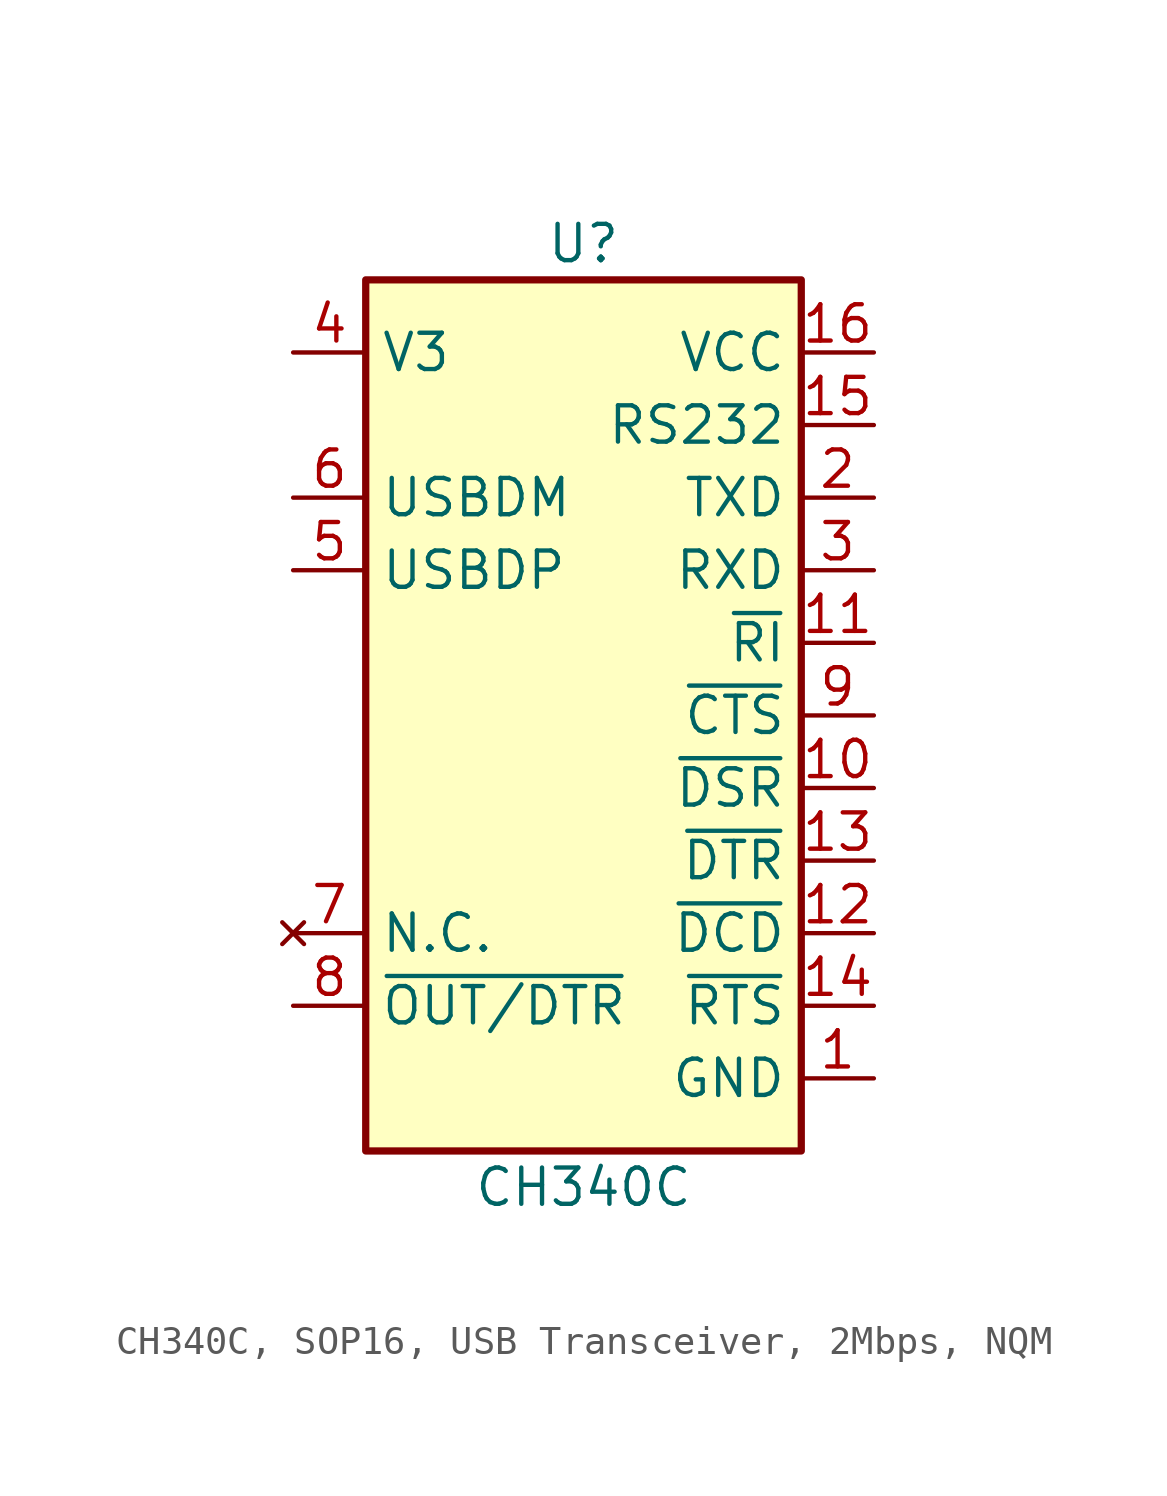
<source format=kicad_sym>
(kicad_symbol_lib
  (version 20241209)
  (generator "kicad_symbol_editor")
  (generator_version "9.0")
  (symbol "CH340C, SOP16, USB Transceiver, 2Mbps, NQM"
    (property "Reference" "U"
      (at 0 16.51 0)
      (effects (font (size 1.27 1.27))))
    (property "Value" "CH340C"
      (at 0 -16.51 0)
      (effects (font (size 1.27 1.27))))
    (symbol "CH340C, SOP16, USB Transceiver, 2Mbps, NQM_0_1"
      (rectangle (start -7.62 15.24) (end 7.62 -15.24) (stroke (width 0.254) (type default)) (fill (type background))))
    (symbol "CH340C, SOP16, USB Transceiver, 2Mbps, NQM_1_1"
      (pin passive line (at -10.16 12.7 0) (length 2.54) (name "V3" (effects (font (size 1.27 1.27)))) (number "4" (effects (font (size 1.27 1.27)))))
      (pin passive line (at -10.16 7.62 0) (length 2.54) (name "USBDM" (effects (font (size 1.27 1.27)))) (number "6" (effects (font (size 1.27 1.27)))))
      (pin passive line (at -10.16 5.08 0) (length 2.54) (name "USBDP" (effects (font (size 1.27 1.27)))) (number "5" (effects (font (size 1.27 1.27)))))
      (pin no_connect line (at -10.16 -7.62 0) (length 2.54) (name "N.C." (effects (font (size 1.27 1.27)))) (number "7" (effects (font (size 1.27 1.27)))))
      (pin output line (at -10.16 -10.16 0) (length 2.54) (name "~{OUT/DTR}" (effects (font (size 1.27 1.27)))) (number "8" (effects (font (size 1.27 1.27)))))
      (pin power_in line (at 10.16 12.7 180) (length 2.54) (name "VCC" (effects (font (size 1.27 1.27)))) (number "16" (effects (font (size 1.27 1.27)))))
      (pin passive line (at 10.16 10.16 180) (length 2.54) (name "RS232" (effects (font (size 1.27 1.27)))) (number "15" (effects (font (size 1.27 1.27)))))
      (pin passive line (at 10.16 7.62 180) (length 2.54) (name "TXD" (effects (font (size 1.27 1.27)))) (number "2" (effects (font (size 1.27 1.27)))))
      (pin passive line (at 10.16 5.08 180) (length 2.54) (name "RXD" (effects (font (size 1.27 1.27)))) (number "3" (effects (font (size 1.27 1.27)))))
      (pin passive line (at 10.16 2.54 180) (length 2.54) (name "~{RI}" (effects (font (size 1.27 1.27)))) (number "11" (effects (font (size 1.27 1.27)))))
      (pin passive line (at 10.16 0 180) (length 2.54) (name "~{CTS}" (effects (font (size 1.27 1.27)))) (number "9" (effects (font (size 1.27 1.27)))))
      (pin passive line (at 10.16 -2.54 180) (length 2.54) (name "~{DSR}" (effects (font (size 1.27 1.27)))) (number "10" (effects (font (size 1.27 1.27)))))
      (pin passive line (at 10.16 -5.08 180) (length 2.54) (name "~{DTR}" (effects (font (size 1.27 1.27)))) (number "13" (effects (font (size 1.27 1.27)))))
      (pin passive line (at 10.16 -7.62 180) (length 2.54) (name "~{DCD}" (effects (font (size 1.27 1.27)))) (number "12" (effects (font (size 1.27 1.27)))))
      (pin passive line (at 10.16 -10.16 180) (length 2.54) (name "~{RTS}" (effects (font (size 1.27 1.27)))) (number "14" (effects (font (size 1.27 1.27)))))
      (pin power_in line (at 10.16 -12.7 180) (length 2.54) (name "GND" (effects (font (size 1.27 1.27)))) (number "1" (effects (font (size 1.27 1.27))))))))
</source>
